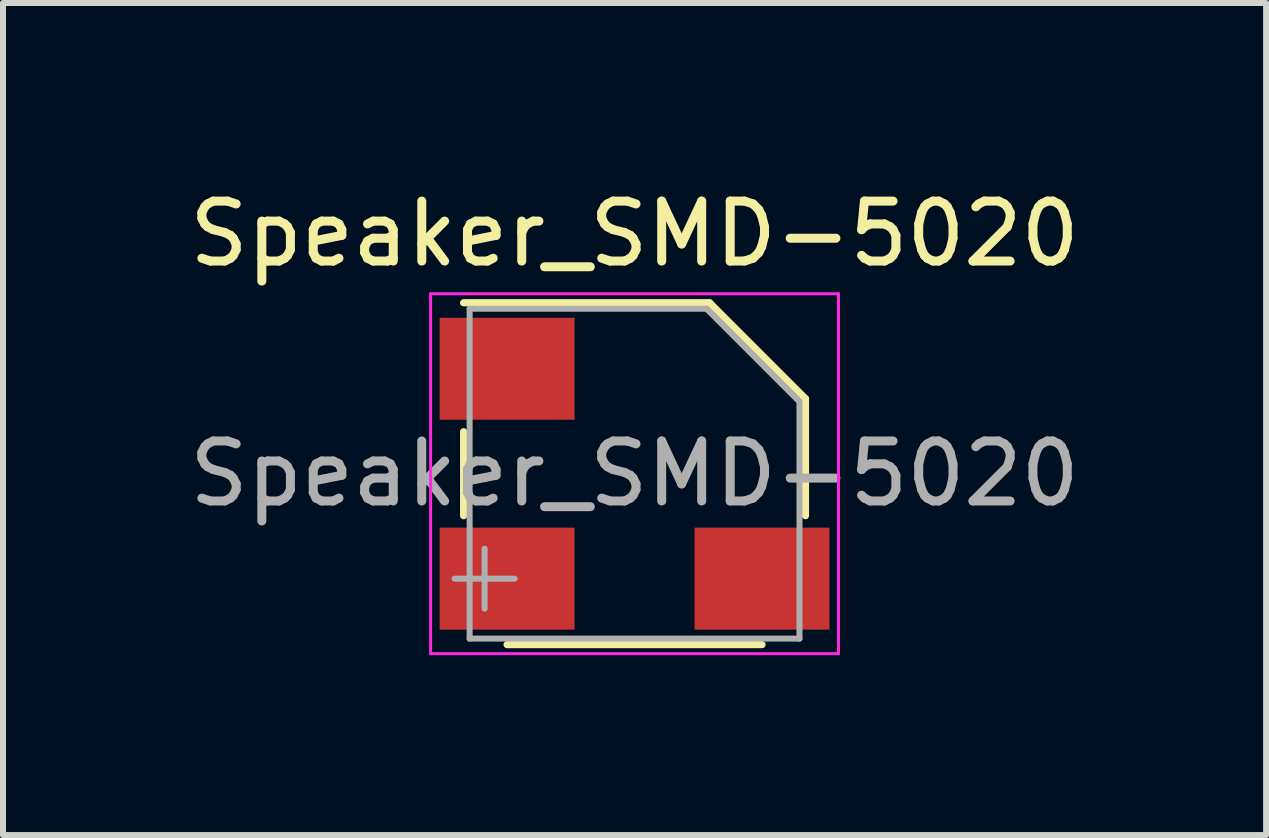
<source format=kicad_pcb>
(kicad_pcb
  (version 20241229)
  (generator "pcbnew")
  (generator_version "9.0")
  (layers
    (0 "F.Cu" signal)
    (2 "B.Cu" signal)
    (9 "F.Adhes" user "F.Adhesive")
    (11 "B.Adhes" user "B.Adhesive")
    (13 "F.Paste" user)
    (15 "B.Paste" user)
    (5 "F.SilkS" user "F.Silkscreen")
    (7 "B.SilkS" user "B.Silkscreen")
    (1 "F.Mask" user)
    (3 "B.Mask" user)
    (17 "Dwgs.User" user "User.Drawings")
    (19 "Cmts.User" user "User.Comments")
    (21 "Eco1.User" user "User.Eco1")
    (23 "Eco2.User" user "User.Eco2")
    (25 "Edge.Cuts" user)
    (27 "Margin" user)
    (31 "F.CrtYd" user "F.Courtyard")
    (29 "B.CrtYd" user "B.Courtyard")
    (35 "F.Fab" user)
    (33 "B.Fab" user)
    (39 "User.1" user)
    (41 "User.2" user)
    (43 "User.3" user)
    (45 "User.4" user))
  (footprint "Speaker_SMD-5020"
    (layer "F.Cu")
    (at 7.53 4.848)
    (property "Reference" "Speaker_SMD-5020" (at 0 -4 0) (layer "F.SilkS") (effects (font (size 1 1) (thickness 0.15))))
    (attr smd)
    (fp_line (start -2.85 -2.85) (end 1.25 -2.85) (stroke (width 0.12) (type solid)) (layer "F.SilkS"))
    (fp_line (start -2.85 0.7) (end -2.85 -0.7) (stroke (width 0.12) (type solid)) (layer "F.SilkS"))
    (fp_line (start 1.25 -2.85) (end 2.85 -1.25) (stroke (width 0.12) (type solid)) (layer "F.SilkS"))
    (fp_line (start 2.125 2.85) (end -2.125 2.85) (stroke (width 0.12) (type solid)) (layer "F.SilkS"))
    (fp_line (start 2.85 -1.25) (end 2.85 0.7) (stroke (width 0.12) (type solid)) (layer "F.SilkS"))
    (fp_line (start -3.4 -3) (end 3.4 -3) (stroke (width 0.05) (type solid)) (layer "F.CrtYd"))
    (fp_line (start -3.4 3) (end -3.4 -3) (stroke (width 0.05) (type solid)) (layer "F.CrtYd"))
    (fp_line (start 3.4 -3) (end 3.4 3) (stroke (width 0.05) (type solid)) (layer "F.CrtYd"))
    (fp_line (start 3.4 3) (end -3.4 3) (stroke (width 0.05) (type solid)) (layer "F.CrtYd"))
    (fp_line (start -3 1.75) (end -2 1.75) (stroke (width 0.1) (type solid)) (layer "F.Fab"))
    (fp_line (start -2.75 -2.75) (end -2.75 2.75) (stroke (width 0.1) (type solid)) (layer "F.Fab"))
    (fp_line (start -2.75 2.75) (end 2.75 2.75) (stroke (width 0.1) (type solid)) (layer "F.Fab"))
    (fp_line (start -2.5 2.25) (end -2.5 1.25) (stroke (width 0.1) (type solid)) (layer "F.Fab"))
    (fp_line (start 1.2 -2.75) (end -2.75 -2.75) (stroke (width 0.1) (type solid)) (layer "F.Fab"))
    (fp_line (start 2.75 -1.2) (end 1.2 -2.75) (stroke (width 0.1) (type solid)) (layer "F.Fab"))
    (fp_line (start 2.75 2.75) (end 2.75 -1.2) (stroke (width 0.1) (type solid)) (layer "F.Fab"))
    (fp_text user "${REFERENCE}" (at 0 0 180) (layer "F.Fab") (effects (font (size 1 1) (thickness 0.15))))
    (pad "1" smd rect (at -2.125 -1.75 180) (size 2.25 1.7) (layers "F.Cu" "F.Mask"))
    (pad "2" smd rect (at -2.125 1.75 180) (size 2.25 1.7) (layers "F.Cu" "F.Mask"))
    (pad "3" smd rect (at 2.125 1.75 180) (size 2.25 1.7) (layers "F.Cu" "F.Mask")))
  (gr_rect
    (start -3 -3)
    (end 18.06 10.873)
    (stroke (width 0.1) (type default))
    (fill no)
    (layer "Edge.Cuts")))
</source>
